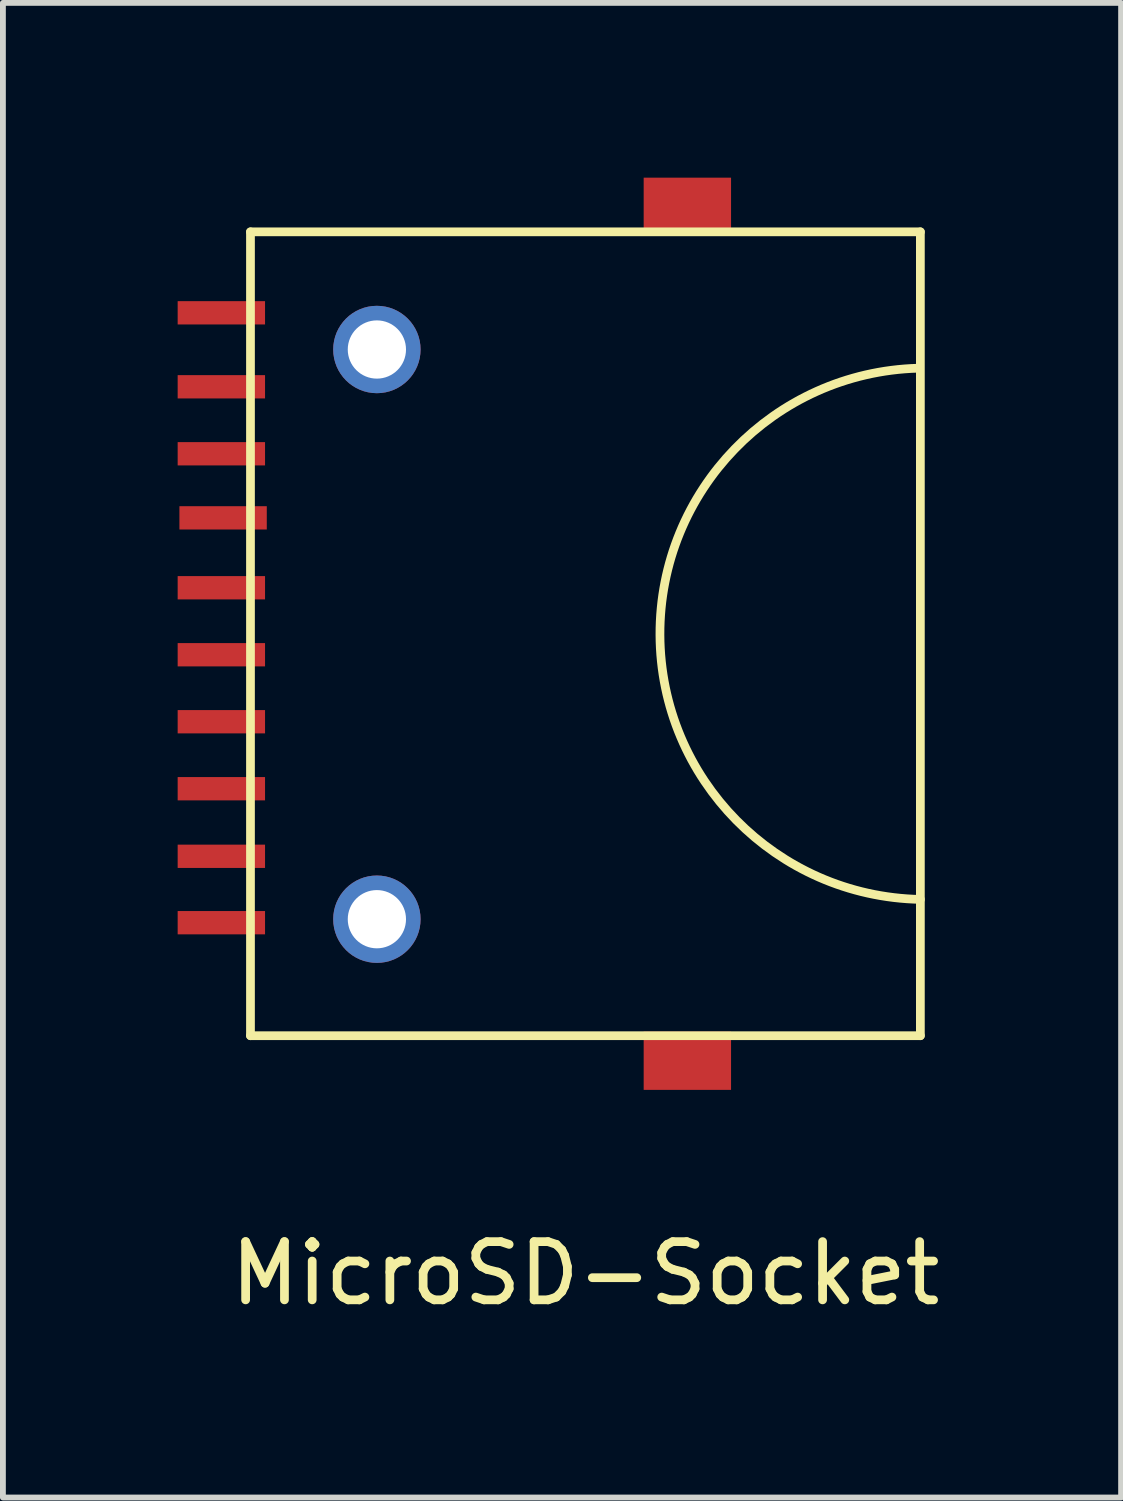
<source format=kicad_pcb>
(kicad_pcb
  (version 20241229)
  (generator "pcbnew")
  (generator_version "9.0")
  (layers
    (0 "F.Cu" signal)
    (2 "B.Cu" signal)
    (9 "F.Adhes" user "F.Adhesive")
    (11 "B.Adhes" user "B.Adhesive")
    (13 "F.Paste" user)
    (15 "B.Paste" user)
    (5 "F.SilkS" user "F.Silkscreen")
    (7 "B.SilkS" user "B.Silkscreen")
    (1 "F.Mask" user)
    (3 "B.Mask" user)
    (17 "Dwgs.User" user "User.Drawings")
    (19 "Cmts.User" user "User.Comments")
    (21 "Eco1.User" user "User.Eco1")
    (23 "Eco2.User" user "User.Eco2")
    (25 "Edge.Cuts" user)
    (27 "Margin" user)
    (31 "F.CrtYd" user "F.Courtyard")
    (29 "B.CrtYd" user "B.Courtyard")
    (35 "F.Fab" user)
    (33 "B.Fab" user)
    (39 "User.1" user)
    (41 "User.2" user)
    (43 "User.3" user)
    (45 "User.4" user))
  (footprint "MicroSD-Socket"
    (layer "F.Cu")
    (at 6.95 7.62)
    (property "Reference" "MicroSD-Socket" (at 0.05 11.19 0) (layer "F.SilkS") (effects (font (size 1 1) (thickness 0.15))))
    (attr through_hole)
    (fp_line (start -5.7 -6.69) (end 5.8 -6.69) (stroke (width 0.15) (type solid)) (layer "F.SilkS"))
    (fp_line (start -5.7 7.11) (end -5.7 -6.69) (stroke (width 0.15) (type solid)) (layer "F.SilkS"))
    (fp_line (start 5.8 -6.69) (end 5.8 7.11) (stroke (width 0.15) (type solid)) (layer "F.SilkS"))
    (fp_line (start 5.8 7.11) (end -5.7 7.11) (stroke (width 0.15) (type solid)) (layer "F.SilkS"))
    (fp_arc (start 5.8 4.77) (mid 1.329152 0.229037) (end 5.761936 -4.34909) (stroke (width 0.15) (type solid)) (layer "F.SilkS"))
    (pad "1" smd rect (at -5.7 -2.88) (size 1.5 0.4) (drill (offset -0.5 0)) (layers "F.Cu" "F.Mask" "F.Paste"))
    (pad "2" smd rect (at -5.67 -1.78) (size 1.5 0.4) (drill (offset -0.5 0)) (layers "F.Cu" "F.Mask" "F.Paste"))
    (pad "3" smd rect (at -5.7 -0.58) (size 1.5 0.4) (drill (offset -0.5 0)) (layers "F.Cu" "F.Mask" "F.Paste"))
    (pad "4" smd rect (at -5.7 0.57) (size 1.5 0.4) (drill (offset -0.5 0)) (layers "F.Cu" "F.Mask" "F.Paste"))
    (pad "5" smd rect (at -5.7 1.72) (size 1.5 0.4) (drill (offset -0.5 0)) (layers "F.Cu" "F.Mask" "F.Paste"))
    (pad "6" smd rect (at -5.7 2.87) (size 1.5 0.4) (drill (offset -0.5 0)) (layers "F.Cu" "F.Mask" "F.Paste"))
    (pad "7" smd rect (at -5.7 4.03) (size 1.5 0.4) (drill (offset -0.5 0)) (layers "F.Cu" "F.Mask" "F.Paste"))
    (pad "8" smd rect (at -5.7 5.17) (size 1.5 0.4) (drill (offset -0.5 0)) (layers "F.Cu" "F.Mask" "F.Paste"))
    (pad "9" smd rect (at 1.9 -6.62) (size 1.5 1) (drill (offset -0.1 -0.5)) (layers "F.Cu" "F.Mask" "F.Paste"))
    (pad "9" smd rect (at 1.9 8.04) (size 1.5 1) (drill (offset -0.1 -0.5)) (layers "F.Cu" "F.Mask" "F.Paste"))
    (pad "10" smd rect (at -5.7 -4.03) (size 1.5 0.4) (drill (offset -0.5 0)) (layers "F.Cu" "F.Mask" "F.Paste"))
    (pad "11" smd rect (at -5.7 -5.3) (size 1.5 0.4) (drill (offset -0.5 0)) (layers "F.Cu" "F.Mask" "F.Paste"))
    (pad "12" thru_hole circle (at -3.53 -4.67) (size 1.5 1.5) (drill 1) (layers "*.Cu" "*.Mask"))
    (pad "12" thru_hole circle (at -3.53 5.11) (size 1.5 1.5) (drill 1) (layers "*.Cu" "*.Mask")))
  (gr_rect
    (start -3 -3)
    (end 16.196 22.658)
    (stroke (width 0.1) (type default))
    (fill no)
    (layer "Edge.Cuts")))
</source>
